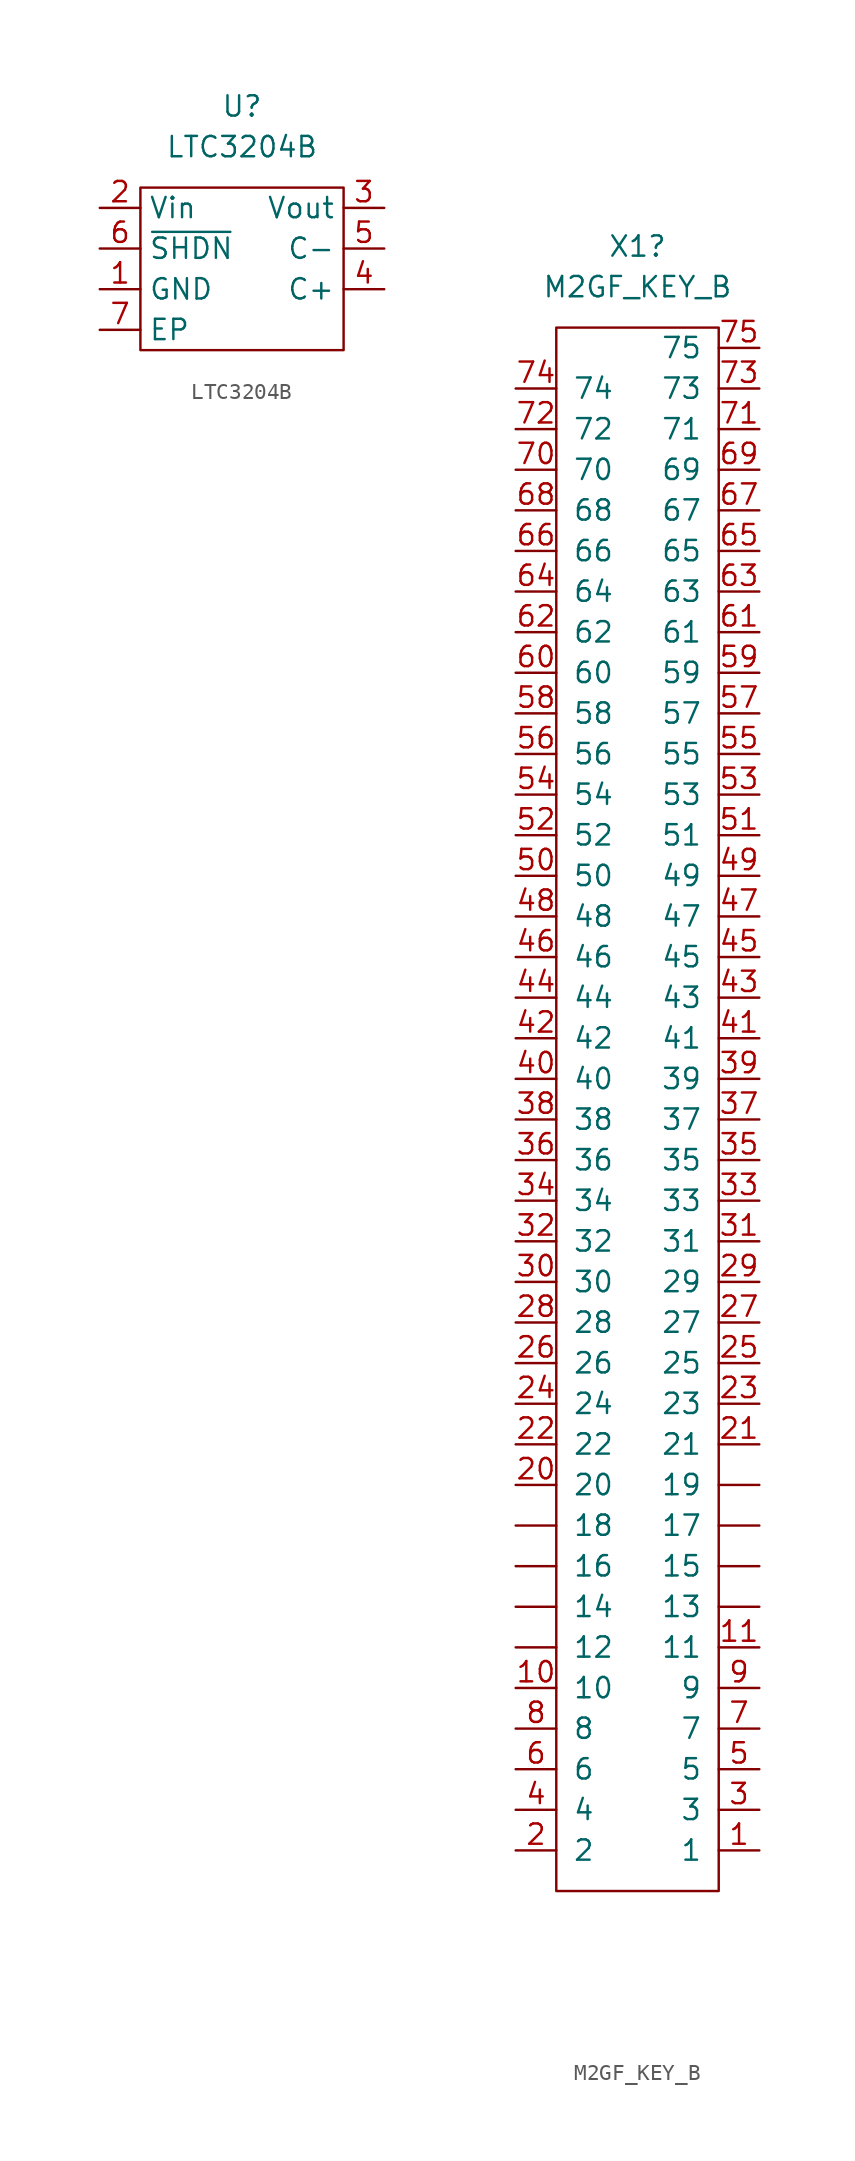
<source format=kicad_sym>
(kicad_symbol_lib
  (version 20241209)
  (generator "kicad_symbol_editor")
  (generator_version "9.0")
  (symbol "LTC3204B"
    (property "Reference" "U"
      (at 0 5.08 0)
      (effects (font (size 1.27 1.27))))
    (property "Value" "LTC3204B"
      (at 0 2.54 0)
      (effects (font (size 1.27 1.27))))
    (symbol "LTC3204B_0_0"
      (pin passive line (at -8.89 -1.27 0) (length 2.54) (name "Vin" (effects (font (size 1.27 1.27)))) (number "2" (effects (font (size 1.27 1.27)))))
      (pin passive line (at -8.89 -3.81 0) (length 2.54) (name "~{SHDN}" (effects (font (size 1.27 1.27)))) (number "6" (effects (font (size 1.27 1.27)))))
      (pin passive line (at -8.89 -6.35 0) (length 2.54) (name "GND" (effects (font (size 1.27 1.27)))) (number "1" (effects (font (size 1.27 1.27)))))
      (pin passive line (at 8.89 -1.27 180) (length 2.54) (name "Vout" (effects (font (size 1.27 1.27)))) (number "3" (effects (font (size 1.27 1.27)))))
      (pin passive line (at 8.89 -3.81 180) (length 2.54) (name "C-" (effects (font (size 1.27 1.27)))) (number "5" (effects (font (size 1.27 1.27)))))
      (pin passive line (at 8.89 -6.35 180) (length 2.54) (name "C+" (effects (font (size 1.27 1.27)))) (number "4" (effects (font (size 1.27 1.27))))))
    (symbol "LTC3204B_0_1"
      (rectangle (start -6.35 0) (end 6.35 -10.16) (stroke (width 0) (type default)) (fill (type none))))
    (symbol "LTC3204B_1_0"
      (pin passive line (at -8.89 -8.89 0) (length 2.54) (name "EP" (effects (font (size 1.27 1.27)))) (number "7" (effects (font (size 1.27 1.27)))))))
  (symbol "M2GF_KEY_B"
    (pin_names
      (offset 1.016))
    (property "Reference" "X1"
      (at 0 5.08 0)
      (effects (font (size 1.27 1.27))))
    (property "Value" "M2GF_KEY_B"
      (at 0 2.54 0)
      (effects (font (size 1.27 1.27))))
    (symbol "M2GF_KEY_B_0_0"
      (pin passive line (at -7.62 -3.81 0) (length 2.54) (name "74" (effects (font (size 1.27 1.27)))) (number "74" (effects (font (size 1.27 1.27)))))
      (pin passive line (at -7.62 -6.35 0) (length 2.54) (name "72" (effects (font (size 1.27 1.27)))) (number "72" (effects (font (size 1.27 1.27)))))
      (pin passive line (at -7.62 -8.89 0) (length 2.54) (name "70" (effects (font (size 1.27 1.27)))) (number "70" (effects (font (size 1.27 1.27)))))
      (pin passive line (at -7.62 -11.43 0) (length 2.54) (name "68" (effects (font (size 1.27 1.27)))) (number "68" (effects (font (size 1.27 1.27)))))
      (pin passive line (at -7.62 -24.13 0) (length 2.54) (name "58" (effects (font (size 1.27 1.27)))) (number "58" (effects (font (size 1.27 1.27)))))
      (pin passive line (at -7.62 -26.67 0) (length 2.54) (name "56" (effects (font (size 1.27 1.27)))) (number "56" (effects (font (size 1.27 1.27)))))
      (pin passive line (at -7.62 -29.21 0) (length 2.54) (name "54" (effects (font (size 1.27 1.27)))) (number "54" (effects (font (size 1.27 1.27)))))
      (pin passive line (at -7.62 -31.75 0) (length 2.54) (name "52" (effects (font (size 1.27 1.27)))) (number "52" (effects (font (size 1.27 1.27)))))
      (pin passive line (at -7.62 -34.29 0) (length 2.54) (name "50" (effects (font (size 1.27 1.27)))) (number "50" (effects (font (size 1.27 1.27)))))
      (pin passive line (at -7.62 -36.83 0) (length 2.54) (name "48" (effects (font (size 1.27 1.27)))) (number "48" (effects (font (size 1.27 1.27)))))
      (pin passive line (at -7.62 -39.37 0) (length 2.54) (name "46" (effects (font (size 1.27 1.27)))) (number "46" (effects (font (size 1.27 1.27)))))
      (pin passive line (at -7.62 -41.91 0) (length 2.54) (name "44" (effects (font (size 1.27 1.27)))) (number "44" (effects (font (size 1.27 1.27)))))
      (pin passive line (at -7.62 -44.45 0) (length 2.54) (name "42" (effects (font (size 1.27 1.27)))) (number "42" (effects (font (size 1.27 1.27)))))
      (pin passive line (at -7.62 -46.99 0) (length 2.54) (name "40" (effects (font (size 1.27 1.27)))) (number "40" (effects (font (size 1.27 1.27)))))
      (pin passive line (at -7.62 -49.53 0) (length 2.54) (name "38" (effects (font (size 1.27 1.27)))) (number "38" (effects (font (size 1.27 1.27)))))
      (pin passive line (at -7.62 -52.07 0) (length 2.54) (name "36" (effects (font (size 1.27 1.27)))) (number "36" (effects (font (size 1.27 1.27)))))
      (pin passive line (at -7.62 -54.61 0) (length 2.54) (name "34" (effects (font (size 1.27 1.27)))) (number "34" (effects (font (size 1.27 1.27)))))
      (pin passive line (at -7.62 -57.15 0) (length 2.54) (name "32" (effects (font (size 1.27 1.27)))) (number "32" (effects (font (size 1.27 1.27)))))
      (pin passive line (at -7.62 -69.85 0) (length 2.54) (name "22" (effects (font (size 1.27 1.27)))) (number "22" (effects (font (size 1.27 1.27)))))
      (pin passive line (at -7.62 -72.39 0) (length 2.54) (name "20" (effects (font (size 1.27 1.27)))) (number "20" (effects (font (size 1.27 1.27)))))
      (pin passive line (at -7.62 -90.17 0) (length 2.54) (name "6" (effects (font (size 1.27 1.27)))) (number "6" (effects (font (size 1.27 1.27)))))
      (pin passive line (at -7.62 -92.71 0) (length 2.54) (name "4" (effects (font (size 1.27 1.27)))) (number "4" (effects (font (size 1.27 1.27)))))
      (pin passive line (at -7.62 -95.25 0) (length 2.54) (name "2" (effects (font (size 1.27 1.27)))) (number "2" (effects (font (size 1.27 1.27)))))
      (pin passive line (at 7.62 -1.27 180) (length 2.54) (name "75" (effects (font (size 1.27 1.27)))) (number "75" (effects (font (size 1.27 1.27)))))
      (pin passive line (at 7.62 -3.81 180) (length 2.54) (name "73" (effects (font (size 1.27 1.27)))) (number "73" (effects (font (size 1.27 1.27)))))
      (pin passive line (at 7.62 -6.35 180) (length 2.54) (name "71" (effects (font (size 1.27 1.27)))) (number "71" (effects (font (size 1.27 1.27)))))
      (pin passive line (at 7.62 -8.89 180) (length 2.54) (name "69" (effects (font (size 1.27 1.27)))) (number "69" (effects (font (size 1.27 1.27)))))
      (pin passive line (at 7.62 -11.43 180) (length 2.54) (name "67" (effects (font (size 1.27 1.27)))) (number "67" (effects (font (size 1.27 1.27)))))
      (pin passive line (at 7.62 -24.13 180) (length 2.54) (name "57" (effects (font (size 1.27 1.27)))) (number "57" (effects (font (size 1.27 1.27)))))
      (pin passive line (at 7.62 -26.67 180) (length 2.54) (name "55" (effects (font (size 1.27 1.27)))) (number "55" (effects (font (size 1.27 1.27)))))
      (pin passive line (at 7.62 -29.21 180) (length 2.54) (name "53" (effects (font (size 1.27 1.27)))) (number "53" (effects (font (size 1.27 1.27)))))
      (pin passive line (at 7.62 -31.75 180) (length 2.54) (name "51" (effects (font (size 1.27 1.27)))) (number "51" (effects (font (size 1.27 1.27)))))
      (pin passive line (at 7.62 -34.29 180) (length 2.54) (name "49" (effects (font (size 1.27 1.27)))) (number "49" (effects (font (size 1.27 1.27)))))
      (pin passive line (at 7.62 -36.83 180) (length 2.54) (name "47" (effects (font (size 1.27 1.27)))) (number "47" (effects (font (size 1.27 1.27)))))
      (pin passive line (at 7.62 -39.37 180) (length 2.54) (name "45" (effects (font (size 1.27 1.27)))) (number "45" (effects (font (size 1.27 1.27)))))
      (pin passive line (at 7.62 -41.91 180) (length 2.54) (name "43" (effects (font (size 1.27 1.27)))) (number "43" (effects (font (size 1.27 1.27)))))
      (pin passive line (at 7.62 -44.45 180) (length 2.54) (name "41" (effects (font (size 1.27 1.27)))) (number "41" (effects (font (size 1.27 1.27)))))
      (pin passive line (at 7.62 -46.99 180) (length 2.54) (name "39" (effects (font (size 1.27 1.27)))) (number "39" (effects (font (size 1.27 1.27)))))
      (pin passive line (at 7.62 -49.53 180) (length 2.54) (name "37" (effects (font (size 1.27 1.27)))) (number "37" (effects (font (size 1.27 1.27)))))
      (pin passive line (at 7.62 -52.07 180) (length 2.54) (name "35" (effects (font (size 1.27 1.27)))) (number "35" (effects (font (size 1.27 1.27)))))
      (pin passive line (at 7.62 -54.61 180) (length 2.54) (name "33" (effects (font (size 1.27 1.27)))) (number "33" (effects (font (size 1.27 1.27)))))
      (pin passive line (at 7.62 -67.31 180) (length 2.54) (name "23" (effects (font (size 1.27 1.27)))) (number "23" (effects (font (size 1.27 1.27)))))
      (pin passive line (at 7.62 -69.85 180) (length 2.54) (name "21" (effects (font (size 1.27 1.27)))) (number "21" (effects (font (size 1.27 1.27)))))
      (pin passive line (at 7.62 -82.55 180) (length 2.54) (name "11" (effects (font (size 1.27 1.27)))) (number "11" (effects (font (size 1.27 1.27)))))
      (pin passive line (at 7.62 -85.09 180) (length 2.54) (name "9" (effects (font (size 1.27 1.27)))) (number "9" (effects (font (size 1.27 1.27)))))
      (pin passive line (at 7.62 -87.63 180) (length 2.54) (name "7" (effects (font (size 1.27 1.27)))) (number "7" (effects (font (size 1.27 1.27)))))
      (pin passive line (at 7.62 -90.17 180) (length 2.54) (name "5" (effects (font (size 1.27 1.27)))) (number "5" (effects (font (size 1.27 1.27)))))
      (pin passive line (at 7.62 -92.71 180) (length 2.54) (name "3" (effects (font (size 1.27 1.27)))) (number "3" (effects (font (size 1.27 1.27)))))
      (pin passive line (at 7.62 -95.25 180) (length 2.54) (name "1" (effects (font (size 1.27 1.27)))) (number "1" (effects (font (size 1.27 1.27))))))
    (symbol "M2GF_KEY_B_0_1"
      (rectangle (start -5.08 0) (end 5.08 -97.79) (stroke (width 0) (type default)) (fill (type none))))
    (symbol "M2GF_KEY_B_1_0"
      (pin passive line (at -7.62 -13.97 0) (length 2.54) (name "66" (effects (font (size 1.27 1.27)))) (number "66" (effects (font (size 1.27 1.27)))))
      (pin passive line (at -7.62 -16.51 0) (length 2.54) (name "64" (effects (font (size 1.27 1.27)))) (number "64" (effects (font (size 1.27 1.27)))))
      (pin passive line (at -7.62 -19.05 0) (length 2.54) (name "62" (effects (font (size 1.27 1.27)))) (number "62" (effects (font (size 1.27 1.27)))))
      (pin passive line (at -7.62 -21.59 0) (length 2.54) (name "60" (effects (font (size 1.27 1.27)))) (number "60" (effects (font (size 1.27 1.27)))))
      (pin passive line (at -7.62 -59.69 0) (length 2.54) (name "30" (effects (font (size 1.27 1.27)))) (number "30" (effects (font (size 1.27 1.27)))))
      (pin passive line (at -7.62 -62.23 0) (length 2.54) (name "28" (effects (font (size 1.27 1.27)))) (number "28" (effects (font (size 1.27 1.27)))))
      (pin passive line (at -7.62 -64.77 0) (length 2.54) (name "26" (effects (font (size 1.27 1.27)))) (number "26" (effects (font (size 1.27 1.27)))))
      (pin passive line (at -7.62 -67.31 0) (length 2.54) (name "24" (effects (font (size 1.27 1.27)))) (number "24" (effects (font (size 1.27 1.27)))))
      (pin passive line (at -7.62 -74.93 0) (length 2.54) (name "18" (effects (font (size 1.27 1.27)))) (number "" (effects (font (size 1.27 1.27)))))
      (pin passive line (at -7.62 -77.47 0) (length 2.54) (name "16" (effects (font (size 1.27 1.27)))) (number "" (effects (font (size 1.27 1.27)))))
      (pin passive line (at -7.62 -80.01 0) (length 2.54) (name "14" (effects (font (size 1.27 1.27)))) (number "" (effects (font (size 1.27 1.27)))))
      (pin passive line (at -7.62 -82.55 0) (length 2.54) (name "12" (effects (font (size 1.27 1.27)))) (number "" (effects (font (size 1.27 1.27)))))
      (pin passive line (at -7.62 -85.09 0) (length 2.54) (name "10" (effects (font (size 1.27 1.27)))) (number "10" (effects (font (size 1.27 1.27)))))
      (pin passive line (at -7.62 -87.63 0) (length 2.54) (name "8" (effects (font (size 1.27 1.27)))) (number "8" (effects (font (size 1.27 1.27)))))
      (pin passive line (at 7.62 -13.97 180) (length 2.54) (name "65" (effects (font (size 1.27 1.27)))) (number "65" (effects (font (size 1.27 1.27)))))
      (pin passive line (at 7.62 -16.51 180) (length 2.54) (name "63" (effects (font (size 1.27 1.27)))) (number "63" (effects (font (size 1.27 1.27)))))
      (pin passive line (at 7.62 -19.05 180) (length 2.54) (name "61" (effects (font (size 1.27 1.27)))) (number "61" (effects (font (size 1.27 1.27)))))
      (pin passive line (at 7.62 -21.59 180) (length 2.54) (name "59" (effects (font (size 1.27 1.27)))) (number "59" (effects (font (size 1.27 1.27)))))
      (pin passive line (at 7.62 -57.15 180) (length 2.54) (name "31" (effects (font (size 1.27 1.27)))) (number "31" (effects (font (size 1.27 1.27)))))
      (pin passive line (at 7.62 -59.69 180) (length 2.54) (name "29" (effects (font (size 1.27 1.27)))) (number "29" (effects (font (size 1.27 1.27)))))
      (pin passive line (at 7.62 -62.23 180) (length 2.54) (name "27" (effects (font (size 1.27 1.27)))) (number "27" (effects (font (size 1.27 1.27)))))
      (pin passive line (at 7.62 -64.77 180) (length 2.54) (name "25" (effects (font (size 1.27 1.27)))) (number "25" (effects (font (size 1.27 1.27)))))
      (pin passive line (at 7.62 -72.39 180) (length 2.54) (name "19" (effects (font (size 1.27 1.27)))) (number "" (effects (font (size 1.27 1.27)))))
      (pin passive line (at 7.62 -74.93 180) (length 2.54) (name "17" (effects (font (size 1.27 1.27)))) (number "" (effects (font (size 1.27 1.27)))))
      (pin passive line (at 7.62 -77.47 180) (length 2.54) (name "15" (effects (font (size 1.27 1.27)))) (number "" (effects (font (size 1.27 1.27)))))
      (pin passive line (at 7.62 -80.01 180) (length 2.54) (name "13" (effects (font (size 1.27 1.27)))) (number "" (effects (font (size 1.27 1.27))))))))
</source>
